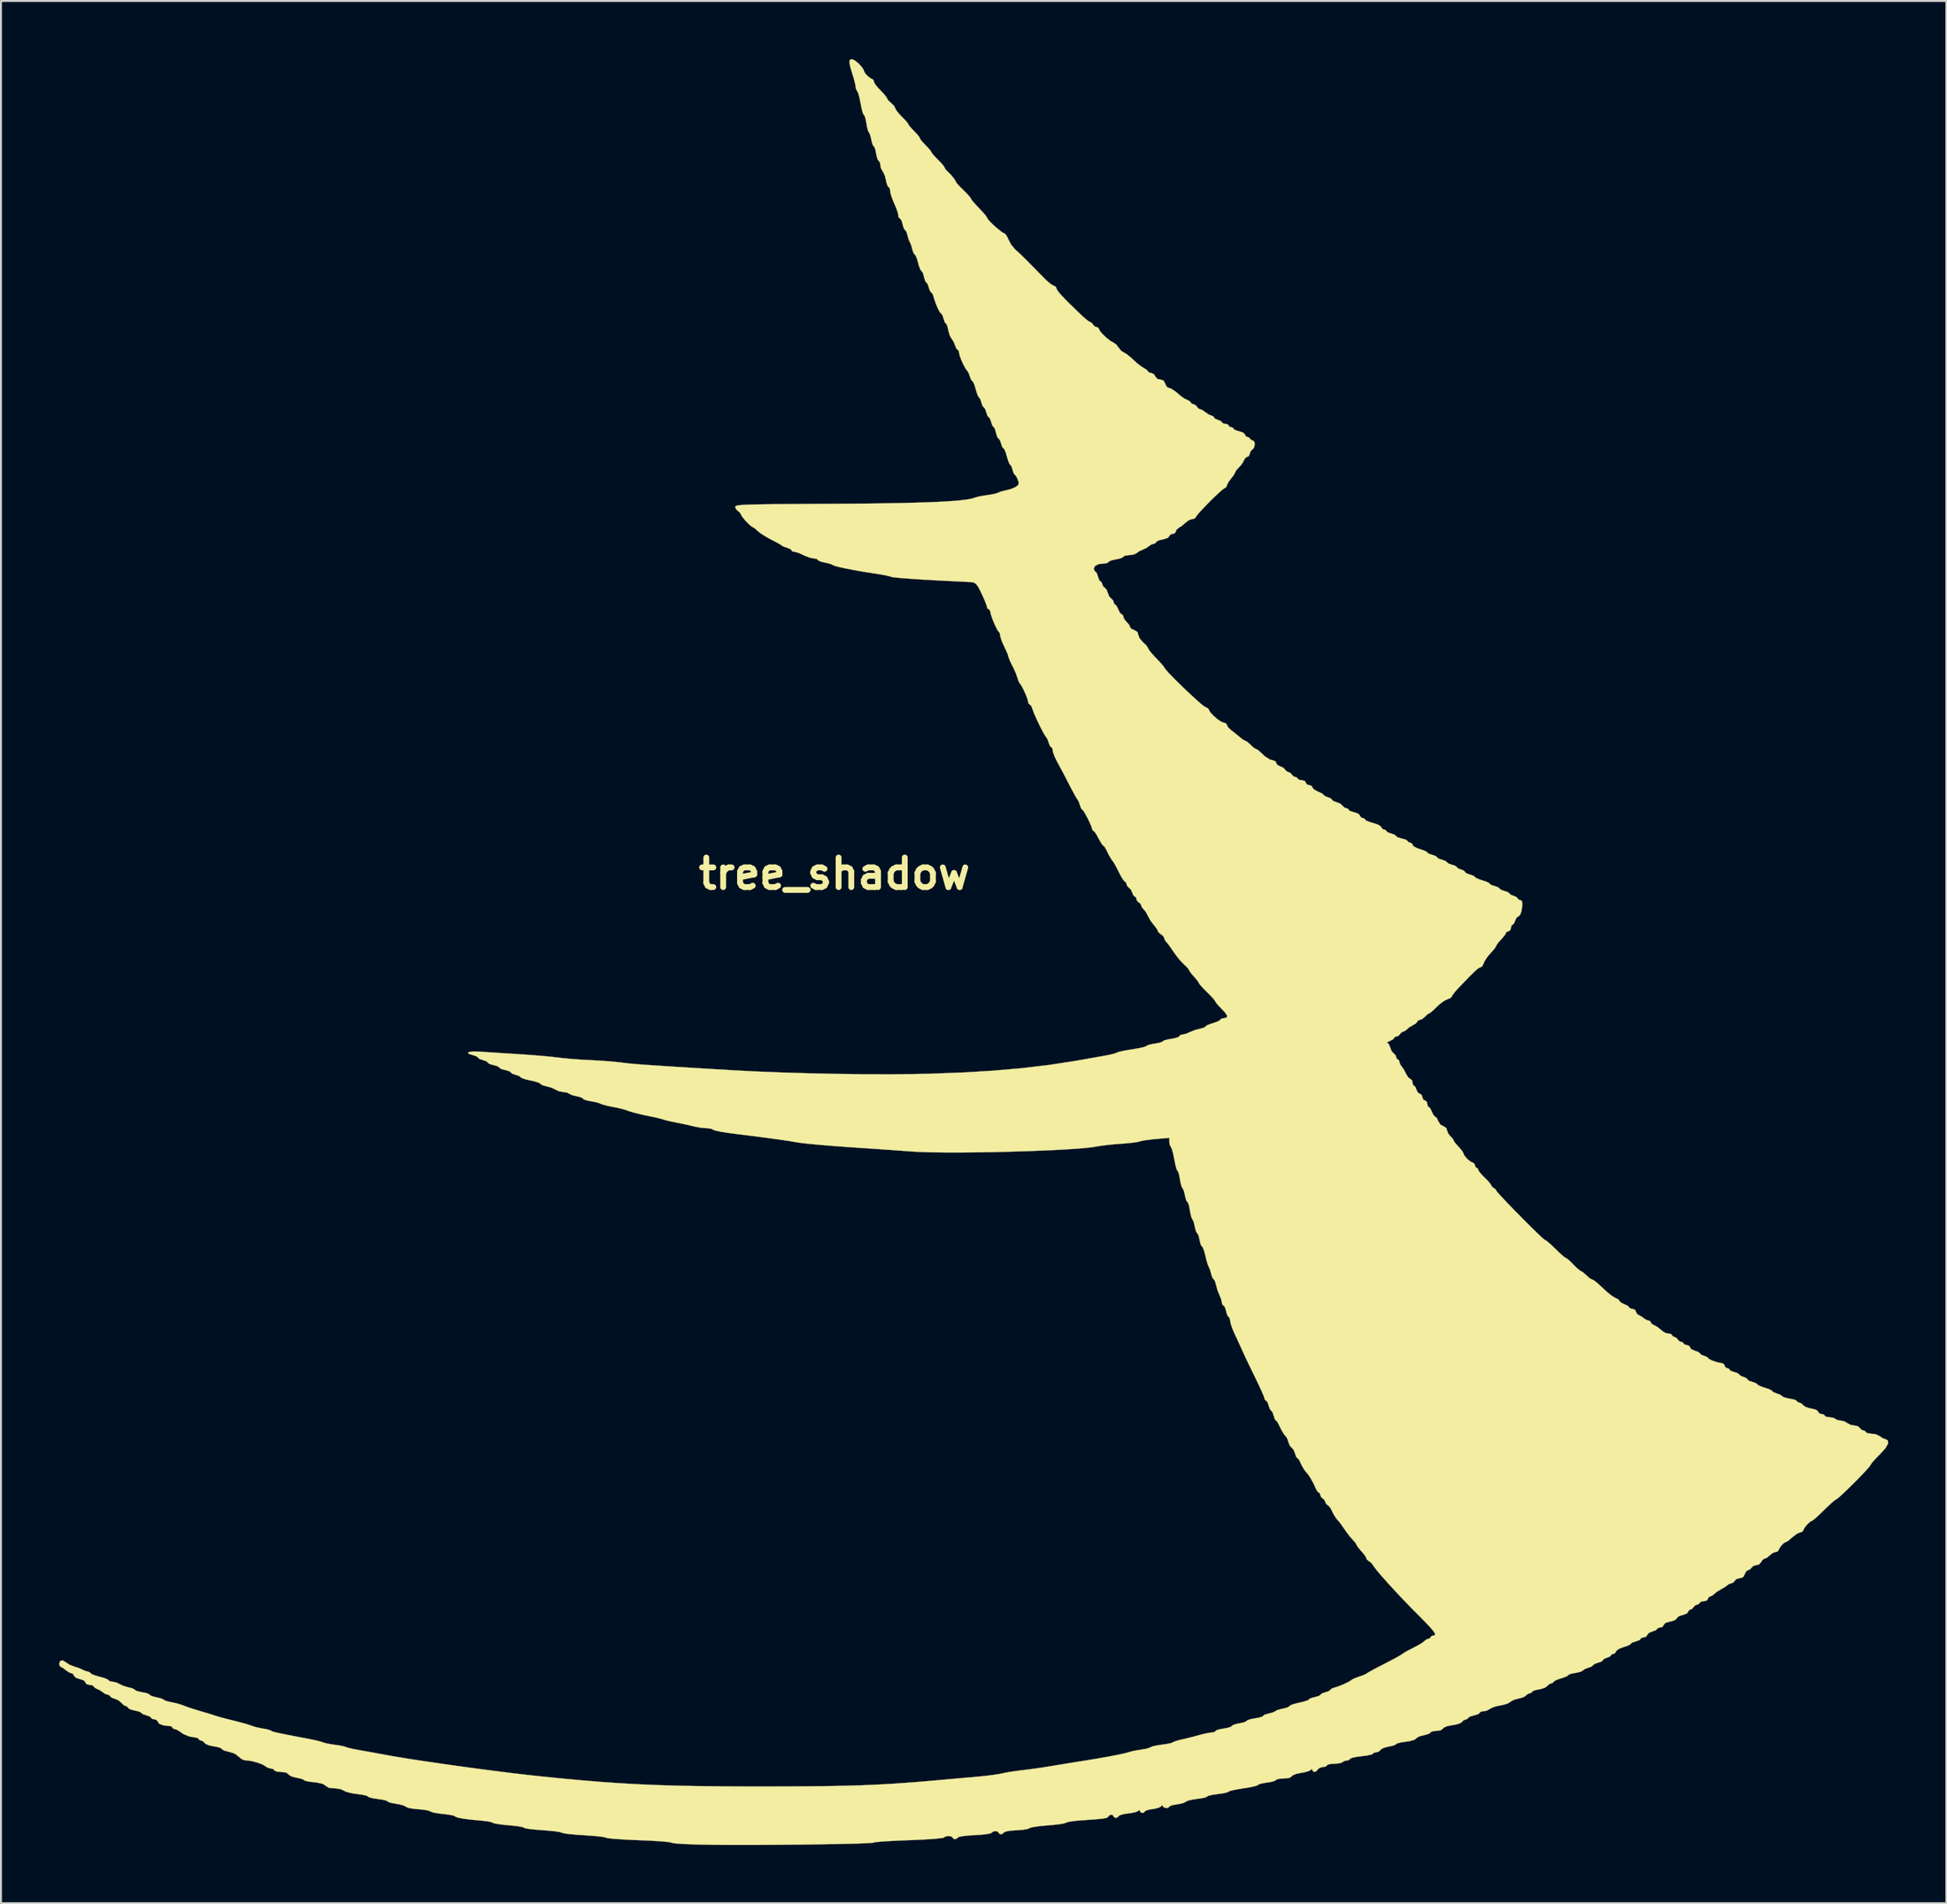
<source format=kicad_pcb>
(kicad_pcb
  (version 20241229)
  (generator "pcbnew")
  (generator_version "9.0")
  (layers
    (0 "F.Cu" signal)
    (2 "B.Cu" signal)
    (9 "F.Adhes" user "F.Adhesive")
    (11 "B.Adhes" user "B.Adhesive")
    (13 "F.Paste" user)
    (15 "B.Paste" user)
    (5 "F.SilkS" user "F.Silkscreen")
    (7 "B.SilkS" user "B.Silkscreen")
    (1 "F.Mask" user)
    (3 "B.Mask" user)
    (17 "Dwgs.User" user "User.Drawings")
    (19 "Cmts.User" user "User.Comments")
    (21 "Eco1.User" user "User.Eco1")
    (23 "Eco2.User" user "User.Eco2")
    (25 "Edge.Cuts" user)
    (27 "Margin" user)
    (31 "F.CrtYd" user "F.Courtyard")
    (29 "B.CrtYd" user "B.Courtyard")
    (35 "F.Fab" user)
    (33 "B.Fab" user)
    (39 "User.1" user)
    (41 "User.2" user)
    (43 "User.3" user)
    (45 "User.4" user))
  (footprint "tree_shadow"
    (layer "F.Cu")
    (at 39.968 42)
    (property "Reference" "tree_shadow" (at 0 0 0) (layer "F.SilkS") (effects (font (size 1.524 1.524) (thickness 0.3))))
    (attr through_hole)
    (fp_poly (pts (xy 1.052 -41.934) (xy 1.234 -41.787) (xy 1.405 -41.607) (xy 1.511 -41.445) (xy 1.524 -41.393) (xy 1.584 -41.273) (xy 1.721 -41.123) (xy 1.872 -41.007) (xy 1.947 -40.979) (xy 2.022 -40.91) (xy 2.032 -40.852) (xy 2.089 -40.726) (xy 2.236 -40.537) (xy 2.371 -40.396) (xy 2.557 -40.201) (xy 2.68 -40.046) (xy 2.709 -39.984) (xy 2.771 -39.88) (xy 2.919 -39.744) (xy 2.921 -39.743) (xy 3.07 -39.599) (xy 3.133 -39.477) (xy 3.133 -39.477) (xy 3.19 -39.362) (xy 3.336 -39.182) (xy 3.471 -39.041) (xy 3.657 -38.85) (xy 3.781 -38.703) (xy 3.81 -38.648) (xy 3.866 -38.556) (xy 4.008 -38.394) (xy 4.106 -38.295) (xy 4.279 -38.113) (xy 4.386 -37.972) (xy 4.403 -37.931) (xy 4.459 -37.832) (xy 4.601 -37.665) (xy 4.699 -37.566) (xy 4.872 -37.386) (xy 4.978 -37.252) (xy 4.995 -37.214) (xy 5.051 -37.124) (xy 5.196 -36.96) (xy 5.334 -36.82) (xy 5.52 -36.629) (xy 5.643 -36.481) (xy 5.673 -36.426) (xy 5.729 -36.323) (xy 5.821 -36.226) (xy 5.998 -36.048) (xy 6.155 -35.859) (xy 6.252 -35.712) (xy 6.265 -35.672) (xy 6.322 -35.588) (xy 6.469 -35.427) (xy 6.646 -35.251) (xy 6.845 -35.052) (xy 6.983 -34.899) (xy 7.027 -34.833) (xy 7.065 -34.758) (xy 7.188 -34.607) (xy 7.409 -34.366) (xy 7.641 -34.122) (xy 7.789 -33.953) (xy 7.869 -33.833) (xy 7.874 -33.816) (xy 7.934 -33.72) (xy 8.086 -33.558) (xy 8.287 -33.369) (xy 8.495 -33.192) (xy 8.668 -33.063) (xy 8.758 -33.02) (xy 8.846 -32.948) (xy 8.945 -32.769) (xy 8.97 -32.705) (xy 9.116 -32.432) (xy 9.317 -32.192) (xy 9.334 -32.176) (xy 9.617 -31.918) (xy 9.996 -31.546) (xy 10.457 -31.074) (xy 10.555 -30.972) (xy 10.903 -30.622) (xy 11.154 -30.404) (xy 11.313 -30.314) (xy 11.336 -30.311) (xy 11.426 -30.252) (xy 11.43 -30.227) (xy 11.482 -30.098) (xy 11.645 -29.89) (xy 11.926 -29.59) (xy 12.083 -29.434) (xy 12.477 -29.05) (xy 12.768 -28.773) (xy 12.972 -28.59) (xy 13.104 -28.487) (xy 13.181 -28.449) (xy 13.19 -28.448) (xy 13.291 -28.38) (xy 13.323 -28.321) (xy 13.436 -28.208) (xy 13.502 -28.194) (xy 13.616 -28.145) (xy 13.631 -28.102) (xy 13.692 -27.982) (xy 13.845 -27.807) (xy 14.042 -27.622) (xy 14.239 -27.468) (xy 14.373 -27.396) (xy 14.534 -27.285) (xy 14.647 -27.136) (xy 14.788 -26.96) (xy 14.923 -26.875) (xy 15.077 -26.786) (xy 15.284 -26.619) (xy 15.396 -26.513) (xy 15.627 -26.304) (xy 15.854 -26.134) (xy 15.938 -26.083) (xy 16.102 -25.979) (xy 16.171 -25.895) (xy 16.171 -25.894) (xy 16.242 -25.835) (xy 16.331 -25.823) (xy 16.48 -25.752) (xy 16.535 -25.654) (xy 16.647 -25.512) (xy 16.789 -25.485) (xy 16.97 -25.432) (xy 17.053 -25.273) (xy 17.129 -25.114) (xy 17.214 -25.061) (xy 17.378 -25.001) (xy 17.619 -24.837) (xy 17.866 -24.625) (xy 18.064 -24.488) (xy 18.195 -24.429) (xy 18.336 -24.353) (xy 18.373 -24.294) (xy 18.442 -24.224) (xy 18.502 -24.215) (xy 18.644 -24.146) (xy 18.681 -24.088) (xy 18.78 -23.975) (xy 18.834 -23.961) (xy 18.969 -23.909) (xy 19.135 -23.791) (xy 19.31 -23.67) (xy 19.444 -23.622) (xy 19.548 -23.573) (xy 19.558 -23.539) (xy 19.63 -23.459) (xy 19.77 -23.403) (xy 19.928 -23.337) (xy 19.981 -23.274) (xy 20.052 -23.213) (xy 20.151 -23.199) (xy 20.288 -23.163) (xy 20.32 -23.114) (xy 20.389 -23.039) (xy 20.447 -23.029) (xy 20.56 -22.986) (xy 20.574 -22.949) (xy 20.648 -22.881) (xy 20.83 -22.82) (xy 20.87 -22.812) (xy 21.073 -22.744) (xy 21.165 -22.65) (xy 21.167 -22.639) (xy 21.235 -22.535) (xy 21.294 -22.521) (xy 21.406 -22.476) (xy 21.421 -22.437) (xy 21.489 -22.362) (xy 21.548 -22.352) (xy 21.65 -22.278) (xy 21.675 -22.138) (xy 21.63 -21.957) (xy 21.548 -21.875) (xy 21.441 -21.759) (xy 21.421 -21.666) (xy 21.368 -21.533) (xy 21.299 -21.505) (xy 21.181 -21.434) (xy 21.12 -21.323) (xy 21.016 -21.134) (xy 20.86 -20.953) (xy 20.721 -20.803) (xy 20.659 -20.695) (xy 20.659 -20.691) (xy 20.608 -20.584) (xy 20.482 -20.412) (xy 20.447 -20.37) (xy 20.309 -20.182) (xy 20.238 -20.031) (xy 20.235 -20.01) (xy 20.181 -19.907) (xy 20.144 -19.897) (xy 20.05 -19.839) (xy 19.87 -19.686) (xy 19.635 -19.465) (xy 19.372 -19.208) (xy 19.111 -18.942) (xy 18.881 -18.697) (xy 18.711 -18.501) (xy 18.63 -18.385) (xy 18.627 -18.373) (xy 18.556 -18.304) (xy 18.453 -18.288) (xy 18.274 -18.229) (xy 18.093 -18.091) (xy 17.914 -17.933) (xy 17.759 -17.84) (xy 17.633 -17.733) (xy 17.611 -17.656) (xy 17.54 -17.549) (xy 17.441 -17.526) (xy 17.304 -17.478) (xy 17.272 -17.41) (xy 17.194 -17.318) (xy 16.983 -17.248) (xy 16.933 -17.239) (xy 16.722 -17.187) (xy 16.604 -17.122) (xy 16.595 -17.102) (xy 16.527 -17.026) (xy 16.474 -17.018) (xy 16.315 -16.962) (xy 16.237 -16.902) (xy 16.065 -16.785) (xy 15.917 -16.722) (xy 15.71 -16.625) (xy 15.598 -16.541) (xy 15.437 -16.461) (xy 15.205 -16.425) (xy 15.192 -16.425) (xy 14.998 -16.405) (xy 14.903 -16.355) (xy 14.901 -16.346) (xy 14.826 -16.287) (xy 14.635 -16.23) (xy 14.52 -16.209) (xy 14.294 -16.16) (xy 14.157 -16.102) (xy 14.139 -16.077) (xy 14.067 -16.018) (xy 13.949 -16.001) (xy 13.625 -15.964) (xy 13.429 -15.862) (xy 13.377 -15.738) (xy 13.412 -15.606) (xy 13.455 -15.579) (xy 13.526 -15.506) (xy 13.588 -15.33) (xy 13.589 -15.325) (xy 13.65 -15.147) (xy 13.721 -15.071) (xy 13.723 -15.071) (xy 13.792 -15.002) (xy 13.801 -14.941) (xy 13.869 -14.798) (xy 13.922 -14.765) (xy 14.028 -14.654) (xy 14.097 -14.478) (xy 14.174 -14.288) (xy 14.272 -14.191) (xy 14.381 -14.077) (xy 14.393 -14.015) (xy 14.434 -13.901) (xy 14.47 -13.885) (xy 14.547 -13.814) (xy 14.631 -13.642) (xy 14.635 -13.631) (xy 14.721 -13.455) (xy 14.809 -13.378) (xy 14.812 -13.377) (xy 14.891 -13.309) (xy 14.901 -13.25) (xy 14.961 -13.101) (xy 15.071 -12.977) (xy 15.199 -12.83) (xy 15.24 -12.725) (xy 15.312 -12.627) (xy 15.452 -12.565) (xy 15.625 -12.464) (xy 15.663 -12.327) (xy 15.726 -12.153) (xy 15.879 -11.965) (xy 15.914 -11.934) (xy 16.077 -11.777) (xy 16.164 -11.651) (xy 16.168 -11.632) (xy 16.225 -11.529) (xy 16.373 -11.346) (xy 16.581 -11.122) (xy 16.595 -11.108) (xy 16.803 -10.888) (xy 16.954 -10.715) (xy 17.018 -10.623) (xy 17.018 -10.62) (xy 17.077 -10.531) (xy 17.236 -10.353) (xy 17.471 -10.109) (xy 17.757 -9.824) (xy 18.068 -9.522) (xy 18.38 -9.228) (xy 18.667 -8.964) (xy 18.905 -8.756) (xy 19.068 -8.628) (xy 19.118 -8.599) (xy 19.263 -8.524) (xy 19.304 -8.464) (xy 19.367 -8.338) (xy 19.524 -8.165) (xy 19.726 -7.987) (xy 19.923 -7.847) (xy 20.067 -7.789) (xy 20.069 -7.789) (xy 20.205 -7.741) (xy 20.235 -7.674) (xy 20.299 -7.549) (xy 20.451 -7.404) (xy 20.458 -7.399) (xy 20.691 -7.22) (xy 20.894 -7.048) (xy 21.06 -6.918) (xy 21.177 -6.858) (xy 21.183 -6.858) (xy 21.287 -6.801) (xy 21.44 -6.663) (xy 21.456 -6.646) (xy 21.61 -6.503) (xy 21.722 -6.435) (xy 21.729 -6.435) (xy 21.841 -6.378) (xy 21.943 -6.287) (xy 22.203 -6.046) (xy 22.454 -5.888) (xy 22.623 -5.842) (xy 22.751 -5.785) (xy 22.775 -5.717) (xy 22.847 -5.603) (xy 22.981 -5.54) (xy 23.156 -5.456) (xy 23.232 -5.369) (xy 23.342 -5.261) (xy 23.399 -5.249) (xy 23.532 -5.181) (xy 23.568 -5.122) (xy 23.681 -5.01) (xy 23.746 -4.995) (xy 23.861 -4.95) (xy 23.876 -4.911) (xy 23.948 -4.847) (xy 24.088 -4.826) (xy 24.258 -4.782) (xy 24.299 -4.699) (xy 24.37 -4.596) (xy 24.469 -4.572) (xy 24.606 -4.526) (xy 24.638 -4.461) (xy 24.709 -4.361) (xy 24.886 -4.254) (xy 24.934 -4.233) (xy 25.126 -4.144) (xy 25.226 -4.069) (xy 25.231 -4.057) (xy 25.302 -3.995) (xy 25.442 -3.945) (xy 25.601 -3.879) (xy 25.654 -3.815) (xy 25.727 -3.745) (xy 25.901 -3.685) (xy 26.093 -3.608) (xy 26.195 -3.508) (xy 26.309 -3.399) (xy 26.371 -3.387) (xy 26.485 -3.344) (xy 26.501 -3.306) (xy 26.575 -3.239) (xy 26.757 -3.178) (xy 26.797 -3.169) (xy 27 -3.101) (xy 27.092 -3.008) (xy 27.093 -2.996) (xy 27.161 -2.892) (xy 27.22 -2.879) (xy 27.333 -2.837) (xy 27.347 -2.802) (xy 27.422 -2.739) (xy 27.613 -2.662) (xy 27.771 -2.616) (xy 28.015 -2.534) (xy 28.167 -2.444) (xy 28.194 -2.397) (xy 28.262 -2.299) (xy 28.321 -2.286) (xy 28.434 -2.244) (xy 28.448 -2.208) (xy 28.521 -2.137) (xy 28.697 -2.075) (xy 28.702 -2.074) (xy 28.88 -2.014) (xy 28.956 -1.946) (xy 28.956 -1.944) (xy 29.03 -1.882) (xy 29.212 -1.823) (xy 29.252 -1.815) (xy 29.448 -1.759) (xy 29.546 -1.695) (xy 29.549 -1.684) (xy 29.617 -1.617) (xy 29.676 -1.609) (xy 29.788 -1.547) (xy 29.803 -1.493) (xy 29.878 -1.402) (xy 30.071 -1.307) (xy 30.184 -1.27) (xy 30.408 -1.194) (xy 30.545 -1.123) (xy 30.565 -1.096) (xy 30.638 -1.034) (xy 30.813 -0.975) (xy 30.819 -0.974) (xy 30.996 -0.914) (xy 31.073 -0.848) (xy 31.073 -0.847) (xy 31.146 -0.781) (xy 31.322 -0.721) (xy 31.327 -0.72) (xy 31.504 -0.66) (xy 31.581 -0.594) (xy 31.581 -0.593) (xy 31.654 -0.527) (xy 31.83 -0.467) (xy 31.835 -0.466) (xy 32.012 -0.407) (xy 32.089 -0.343) (xy 32.089 -0.341) (xy 32.16 -0.272) (xy 32.3 -0.219) (xy 32.459 -0.154) (xy 32.512 -0.09) (xy 32.585 -0.02) (xy 32.761 0.041) (xy 32.766 0.042) (xy 32.944 0.101) (xy 33.02 0.164) (xy 33.02 0.165) (xy 33.094 0.225) (xy 33.281 0.302) (xy 33.401 0.339) (xy 33.626 0.415) (xy 33.763 0.486) (xy 33.782 0.512) (xy 33.855 0.575) (xy 34.031 0.634) (xy 34.036 0.635) (xy 34.214 0.694) (xy 34.29 0.761) (xy 34.29 0.762) (xy 34.363 0.828) (xy 34.539 0.888) (xy 34.544 0.889) (xy 34.722 0.948) (xy 34.798 1.012) (xy 34.798 1.014) (xy 34.87 1.083) (xy 35.01 1.135) (xy 35.168 1.203) (xy 35.221 1.272) (xy 35.29 1.345) (xy 35.348 1.355) (xy 35.445 1.408) (xy 35.472 1.58) (xy 35.432 1.889) (xy 35.422 1.937) (xy 35.356 2.119) (xy 35.267 2.201) (xy 35.262 2.201) (xy 35.164 2.273) (xy 35.102 2.413) (xy 35.034 2.572) (xy 34.966 2.625) (xy 34.898 2.696) (xy 34.883 2.794) (xy 34.83 2.932) (xy 34.756 2.963) (xy 34.643 3.008) (xy 34.629 3.045) (xy 34.574 3.151) (xy 34.437 3.32) (xy 34.375 3.387) (xy 34.218 3.563) (xy 34.129 3.694) (xy 34.121 3.721) (xy 34.066 3.82) (xy 33.927 3.99) (xy 33.826 4.099) (xy 33.64 4.322) (xy 33.508 4.537) (xy 33.478 4.614) (xy 33.4 4.773) (xy 33.314 4.826) (xy 33.251 4.844) (xy 33.155 4.91) (xy 33.01 5.039) (xy 32.798 5.246) (xy 32.504 5.548) (xy 32.152 5.915) (xy 31.975 6.115) (xy 31.86 6.273) (xy 31.835 6.332) (xy 31.762 6.412) (xy 31.608 6.473) (xy 31.42 6.566) (xy 31.188 6.741) (xy 31.058 6.863) (xy 30.867 7.048) (xy 30.721 7.169) (xy 30.668 7.197) (xy 30.569 7.254) (xy 30.457 7.366) (xy 30.302 7.495) (xy 30.184 7.535) (xy 30.071 7.582) (xy 30.057 7.622) (xy 29.987 7.714) (xy 29.824 7.811) (xy 29.633 7.919) (xy 29.523 8.02) (xy 29.394 8.119) (xy 29.342 8.128) (xy 29.215 8.196) (xy 29.179 8.255) (xy 29.066 8.368) (xy 29.001 8.382) (xy 28.887 8.423) (xy 28.871 8.46) (xy 28.801 8.541) (xy 28.639 8.622) (xy 28.506 8.683) (xy 28.5 8.713) (xy 28.505 8.714) (xy 28.591 8.792) (xy 28.658 8.968) (xy 28.735 9.16) (xy 28.834 9.261) (xy 28.944 9.376) (xy 28.956 9.438) (xy 29.001 9.552) (xy 29.041 9.567) (xy 29.117 9.635) (xy 29.125 9.688) (xy 29.181 9.849) (xy 29.236 9.921) (xy 29.346 10.074) (xy 29.462 10.293) (xy 29.469 10.308) (xy 29.577 10.491) (xy 29.683 10.581) (xy 29.696 10.583) (xy 29.783 10.654) (xy 29.803 10.753) (xy 29.834 10.89) (xy 29.878 10.922) (xy 29.953 10.994) (xy 30.007 11.134) (xy 30.089 11.293) (xy 30.185 11.345) (xy 30.287 11.416) (xy 30.311 11.515) (xy 30.364 11.653) (xy 30.438 11.684) (xy 30.541 11.755) (xy 30.565 11.853) (xy 30.597 11.991) (xy 30.641 12.023) (xy 30.719 12.094) (xy 30.802 12.266) (xy 30.806 12.277) (xy 30.892 12.453) (xy 30.978 12.53) (xy 30.982 12.531) (xy 31.065 12.603) (xy 31.123 12.743) (xy 31.247 12.94) (xy 31.378 13.006) (xy 31.544 13.108) (xy 31.581 13.218) (xy 31.642 13.393) (xy 31.75 13.524) (xy 31.877 13.658) (xy 31.919 13.741) (xy 31.974 13.841) (xy 32.112 14.004) (xy 32.173 14.068) (xy 32.332 14.248) (xy 32.421 14.391) (xy 32.429 14.421) (xy 32.492 14.551) (xy 32.637 14.714) (xy 32.804 14.85) (xy 32.926 14.901) (xy 33.009 14.97) (xy 33.02 15.028) (xy 33.066 15.141) (xy 33.105 15.155) (xy 33.184 15.222) (xy 33.189 15.256) (xy 33.247 15.366) (xy 33.396 15.541) (xy 33.528 15.673) (xy 33.716 15.862) (xy 33.839 16.013) (xy 33.867 16.071) (xy 33.934 16.17) (xy 33.994 16.202) (xy 34.106 16.29) (xy 34.121 16.334) (xy 34.178 16.414) (xy 34.334 16.589) (xy 34.567 16.839) (xy 34.857 17.142) (xy 35.181 17.475) (xy 35.518 17.816) (xy 35.845 18.144) (xy 36.142 18.436) (xy 36.387 18.671) (xy 36.557 18.827) (xy 36.631 18.881) (xy 36.734 18.942) (xy 36.944 19.123) (xy 37.252 19.417) (xy 37.374 19.537) (xy 37.553 19.701) (xy 37.684 19.799) (xy 37.716 19.812) (xy 37.806 19.869) (xy 37.967 20.015) (xy 38.1 20.151) (xy 38.289 20.338) (xy 38.437 20.462) (xy 38.492 20.491) (xy 38.595 20.548) (xy 38.748 20.685) (xy 38.765 20.702) (xy 38.922 20.845) (xy 39.038 20.912) (xy 39.046 20.913) (xy 39.157 20.965) (xy 39.324 21.095) (xy 39.354 21.122) (xy 39.571 21.321) (xy 39.813 21.544) (xy 39.853 21.58) (xy 40.063 21.75) (xy 40.254 21.868) (xy 40.297 21.885) (xy 40.436 21.963) (xy 40.471 22.023) (xy 40.542 22.106) (xy 40.715 22.192) (xy 40.725 22.195) (xy 40.901 22.278) (xy 40.978 22.357) (xy 40.979 22.36) (xy 41.05 22.422) (xy 41.148 22.437) (xy 41.287 22.491) (xy 41.317 22.566) (xy 41.387 22.702) (xy 41.465 22.752) (xy 41.658 22.862) (xy 41.726 22.919) (xy 41.883 23.015) (xy 41.958 23.029) (xy 42.067 23.078) (xy 42.079 23.117) (xy 42.148 23.216) (xy 42.227 23.26) (xy 42.413 23.357) (xy 42.479 23.406) (xy 42.693 23.584) (xy 42.836 23.675) (xy 42.956 23.705) (xy 43.007 23.707) (xy 43.147 23.741) (xy 43.18 23.791) (xy 43.248 23.868) (xy 43.298 23.876) (xy 43.429 23.944) (xy 43.465 24.003) (xy 43.578 24.116) (xy 43.643 24.13) (xy 43.757 24.175) (xy 43.773 24.215) (xy 43.844 24.283) (xy 43.942 24.299) (xy 44.079 24.349) (xy 44.111 24.42) (xy 44.185 24.52) (xy 44.361 24.595) (xy 44.365 24.596) (xy 44.543 24.657) (xy 44.619 24.726) (xy 44.619 24.728) (xy 44.691 24.803) (xy 44.831 24.857) (xy 44.989 24.917) (xy 45.043 24.969) (xy 45.115 25.034) (xy 45.29 25.115) (xy 45.506 25.187) (xy 45.701 25.228) (xy 45.747 25.231) (xy 45.869 25.292) (xy 45.889 25.358) (xy 45.957 25.47) (xy 46.016 25.485) (xy 46.129 25.527) (xy 46.143 25.563) (xy 46.216 25.633) (xy 46.392 25.695) (xy 46.397 25.696) (xy 46.575 25.755) (xy 46.651 25.819) (xy 46.651 25.821) (xy 46.723 25.89) (xy 46.863 25.943) (xy 47.022 26.008) (xy 47.075 26.072) (xy 47.148 26.142) (xy 47.324 26.203) (xy 47.329 26.204) (xy 47.506 26.263) (xy 47.583 26.326) (xy 47.583 26.327) (xy 47.656 26.387) (xy 47.844 26.464) (xy 47.964 26.501) (xy 48.188 26.576) (xy 48.325 26.646) (xy 48.345 26.672) (xy 48.417 26.737) (xy 48.577 26.795) (xy 48.765 26.865) (xy 48.861 26.937) (xy 48.971 27) (xy 49.183 27.056) (xy 49.264 27.069) (xy 49.48 27.113) (xy 49.604 27.169) (xy 49.615 27.189) (xy 49.683 27.255) (xy 49.737 27.263) (xy 49.88 27.329) (xy 49.935 27.396) (xy 50.06 27.49) (xy 50.283 27.563) (xy 50.362 27.576) (xy 50.605 27.635) (xy 50.713 27.722) (xy 50.715 27.739) (xy 50.786 27.833) (xy 50.885 27.855) (xy 51.022 27.891) (xy 51.054 27.94) (xy 51.127 28) (xy 51.303 28.025) (xy 51.499 28.051) (xy 51.604 28.109) (xy 51.721 28.174) (xy 51.869 28.194) (xy 52.086 28.243) (xy 52.209 28.321) (xy 52.386 28.416) (xy 52.575 28.448) (xy 52.769 28.489) (xy 52.863 28.575) (xy 52.976 28.688) (xy 53.041 28.702) (xy 53.155 28.747) (xy 53.171 28.787) (xy 53.245 28.843) (xy 53.427 28.871) (xy 53.461 28.871) (xy 53.694 28.904) (xy 53.863 28.984) (xy 53.869 28.989) (xy 54.054 29.107) (xy 54.149 29.138) (xy 54.313 29.222) (xy 54.326 29.383) (xy 54.19 29.62) (xy 53.903 29.935) (xy 53.898 29.94) (xy 53.674 30.168) (xy 53.507 30.356) (xy 53.428 30.469) (xy 53.425 30.481) (xy 53.368 30.566) (xy 53.214 30.742) (xy 52.99 30.981) (xy 52.722 31.256) (xy 52.437 31.542) (xy 52.161 31.812) (xy 51.92 32.039) (xy 51.742 32.196) (xy 51.652 32.258) (xy 51.651 32.258) (xy 51.563 32.314) (xy 51.388 32.464) (xy 51.156 32.682) (xy 51.027 32.808) (xy 50.778 33.05) (xy 50.57 33.238) (xy 50.435 33.345) (xy 50.404 33.36) (xy 50.292 33.423) (xy 50.142 33.567) (xy 50.011 33.731) (xy 49.953 33.856) (xy 49.953 33.857) (xy 49.885 33.941) (xy 49.827 33.951) (xy 49.638 34.022) (xy 49.36 34.235) (xy 49.23 34.353) (xy 49.099 34.445) (xy 49.047 34.459) (xy 48.937 34.522) (xy 48.803 34.664) (xy 48.703 34.817) (xy 48.683 34.884) (xy 48.613 34.954) (xy 48.533 34.967) (xy 48.366 35.028) (xy 48.237 35.137) (xy 48.084 35.265) (xy 47.97 35.306) (xy 47.849 35.377) (xy 47.794 35.475) (xy 47.67 35.618) (xy 47.544 35.645) (xy 47.37 35.693) (xy 47.298 35.772) (xy 47.186 35.884) (xy 47.121 35.899) (xy 47.007 35.971) (xy 46.94 36.11) (xy 46.844 36.28) (xy 46.682 36.322) (xy 46.505 36.369) (xy 46.428 36.449) (xy 46.325 36.561) (xy 46.267 36.576) (xy 46.113 36.63) (xy 46.044 36.682) (xy 45.89 36.794) (xy 45.678 36.914) (xy 45.678 36.915) (xy 45.482 37.033) (xy 45.358 37.144) (xy 45.356 37.147) (xy 45.22 37.245) (xy 45.165 37.253) (xy 45.057 37.321) (xy 45.043 37.38) (xy 44.969 37.482) (xy 44.831 37.507) (xy 44.672 37.536) (xy 44.619 37.592) (xy 44.551 37.667) (xy 44.49 37.677) (xy 44.348 37.745) (xy 44.311 37.804) (xy 44.205 37.916) (xy 44.145 37.931) (xy 44.038 37.998) (xy 44.027 38.048) (xy 43.951 38.143) (xy 43.759 38.216) (xy 43.73 38.221) (xy 43.535 38.286) (xy 43.437 38.374) (xy 43.434 38.389) (xy 43.357 38.476) (xy 43.156 38.545) (xy 43.095 38.556) (xy 42.85 38.625) (xy 42.757 38.728) (xy 42.757 38.736) (xy 42.686 38.838) (xy 42.587 38.862) (xy 42.45 38.895) (xy 42.418 38.94) (xy 42.345 39.011) (xy 42.169 39.073) (xy 42.164 39.074) (xy 41.986 39.147) (xy 41.91 39.248) (xy 41.91 39.25) (xy 41.839 39.347) (xy 41.741 39.37) (xy 41.603 39.403) (xy 41.571 39.448) (xy 41.498 39.519) (xy 41.322 39.581) (xy 41.317 39.582) (xy 41.14 39.64) (xy 41.063 39.703) (xy 41.063 39.704) (xy 40.99 39.765) (xy 40.802 39.841) (xy 40.682 39.878) (xy 40.452 39.965) (xy 40.318 40.062) (xy 40.301 40.101) (xy 40.233 40.203) (xy 40.174 40.217) (xy 40.062 40.258) (xy 40.047 40.292) (xy 39.976 40.367) (xy 39.836 40.421) (xy 39.677 40.486) (xy 39.624 40.55) (xy 39.551 40.62) (xy 39.375 40.681) (xy 39.37 40.682) (xy 39.192 40.741) (xy 39.116 40.805) (xy 39.116 40.807) (xy 39.044 40.875) (xy 38.884 40.934) (xy 38.696 41.004) (xy 38.6 41.076) (xy 38.49 41.14) (xy 38.278 41.195) (xy 38.197 41.208) (xy 37.981 41.25) (xy 37.857 41.3) (xy 37.846 41.317) (xy 37.772 41.375) (xy 37.585 41.45) (xy 37.465 41.487) (xy 37.24 41.564) (xy 37.103 41.638) (xy 37.084 41.667) (xy 37.016 41.733) (xy 36.961 41.741) (xy 36.818 41.807) (xy 36.764 41.874) (xy 36.638 41.968) (xy 36.416 42.041) (xy 36.336 42.054) (xy 36.119 42.099) (xy 35.995 42.155) (xy 35.983 42.175) (xy 35.915 42.241) (xy 35.861 42.249) (xy 35.711 42.314) (xy 35.67 42.363) (xy 35.548 42.449) (xy 35.332 42.518) (xy 35.276 42.528) (xy 35.039 42.592) (xy 34.871 42.682) (xy 34.852 42.701) (xy 34.716 42.784) (xy 34.478 42.857) (xy 34.34 42.882) (xy 34.072 42.94) (xy 33.863 43.02) (xy 33.805 43.06) (xy 33.628 43.156) (xy 33.48 43.18) (xy 33.323 43.208) (xy 33.274 43.261) (xy 33.2 43.328) (xy 33.018 43.389) (xy 32.978 43.397) (xy 32.782 43.453) (xy 32.684 43.517) (xy 32.681 43.528) (xy 32.612 43.595) (xy 32.552 43.603) (xy 32.41 43.67) (xy 32.377 43.721) (xy 32.268 43.802) (xy 32.035 43.871) (xy 31.878 43.896) (xy 31.588 43.954) (xy 31.411 44.034) (xy 31.379 44.074) (xy 31.261 44.164) (xy 31.033 44.196) (xy 30.836 44.217) (xy 30.737 44.268) (xy 30.734 44.28) (xy 30.659 44.343) (xy 30.471 44.403) (xy 30.388 44.419) (xy 30.162 44.478) (xy 30.017 44.56) (xy 29.999 44.586) (xy 29.894 44.659) (xy 29.662 44.723) (xy 29.456 44.754) (xy 29.191 44.794) (xy 29.01 44.842) (xy 28.956 44.879) (xy 28.881 44.931) (xy 28.69 44.984) (xy 28.581 45.004) (xy 28.344 45.062) (xy 28.187 45.144) (xy 28.16 45.178) (xy 28.048 45.276) (xy 27.943 45.297) (xy 27.804 45.327) (xy 27.771 45.37) (xy 27.693 45.414) (xy 27.49 45.461) (xy 27.203 45.5) (xy 27.178 45.503) (xy 26.886 45.542) (xy 26.675 45.59) (xy 26.586 45.637) (xy 26.585 45.64) (xy 26.515 45.706) (xy 26.421 45.72) (xy 26.259 45.759) (xy 26.204 45.805) (xy 26.095 45.856) (xy 25.88 45.886) (xy 25.776 45.889) (xy 25.551 45.906) (xy 25.416 45.949) (xy 25.4 45.974) (xy 25.327 46.037) (xy 25.186 46.059) (xy 25.005 46.104) (xy 24.923 46.186) (xy 24.828 46.29) (xy 24.708 46.305) (xy 24.638 46.226) (xy 24.637 46.207) (xy 24.616 46.147) (xy 24.572 46.201) (xy 24.457 46.269) (xy 24.233 46.332) (xy 24.07 46.36) (xy 23.804 46.415) (xy 23.628 46.491) (xy 23.587 46.535) (xy 23.468 46.618) (xy 23.201 46.651) (xy 23.159 46.651) (xy 22.931 46.666) (xy 22.793 46.704) (xy 22.775 46.726) (xy 22.699 46.777) (xy 22.502 46.829) (xy 22.31 46.859) (xy 22.055 46.902) (xy 21.886 46.951) (xy 21.844 46.984) (xy 21.766 47.024) (xy 21.558 47.077) (xy 21.256 47.133) (xy 21.082 47.159) (xy 20.748 47.214) (xy 20.488 47.268) (xy 20.34 47.314) (xy 20.32 47.331) (xy 20.243 47.371) (xy 20.041 47.415) (xy 19.77 47.453) (xy 19.49 47.492) (xy 19.292 47.538) (xy 19.219 47.578) (xy 19.142 47.622) (xy 18.942 47.669) (xy 18.691 47.705) (xy 18.407 47.749) (xy 18.195 47.805) (xy 18.109 47.852) (xy 17.999 47.913) (xy 17.782 47.967) (xy 17.663 47.984) (xy 17.433 48.024) (xy 17.292 48.076) (xy 17.272 48.102) (xy 17.201 48.162) (xy 17.103 48.175) (xy 16.965 48.131) (xy 16.932 48.069) (xy 16.911 48.013) (xy 16.859 48.076) (xy 16.737 48.153) (xy 16.514 48.212) (xy 16.416 48.225) (xy 16.185 48.264) (xy 16.038 48.321) (xy 16.016 48.345) (xy 15.927 48.422) (xy 15.806 48.411) (xy 15.747 48.324) (xy 15.723 48.267) (xy 15.683 48.312) (xy 15.57 48.371) (xy 15.345 48.425) (xy 15.159 48.449) (xy 14.898 48.489) (xy 14.716 48.546) (xy 14.665 48.588) (xy 14.579 48.668) (xy 14.459 48.675) (xy 14.394 48.605) (xy 14.393 48.599) (xy 14.334 48.524) (xy 14.215 48.527) (xy 14.124 48.603) (xy 14.121 48.611) (xy 14.094 48.651) (xy 14.028 48.683) (xy 13.898 48.711) (xy 13.681 48.737) (xy 13.352 48.765) (xy 12.888 48.799) (xy 12.66 48.814) (xy 12.339 48.844) (xy 12.088 48.883) (xy 11.952 48.923) (xy 11.941 48.933) (xy 11.842 48.968) (xy 11.613 49.007) (xy 11.288 49.044) (xy 11.007 49.068) (xy 10.635 49.101) (xy 10.329 49.141) (xy 10.126 49.183) (xy 10.065 49.212) (xy 9.96 49.255) (xy 9.732 49.293) (xy 9.429 49.317) (xy 9.39 49.319) (xy 9.069 49.343) (xy 8.839 49.384) (xy 8.738 49.435) (xy 8.738 49.436) (xy 8.652 49.516) (xy 8.532 49.521) (xy 8.467 49.451) (xy 8.467 49.445) (xy 8.401 49.377) (xy 8.264 49.365) (xy 8.141 49.409) (xy 8.113 49.448) (xy 8.021 49.488) (xy 7.796 49.527) (xy 7.474 49.557) (xy 7.24 49.571) (xy 6.864 49.595) (xy 6.573 49.63) (xy 6.399 49.671) (xy 6.365 49.695) (xy 6.28 49.771) (xy 6.16 49.774) (xy 6.096 49.703) (xy 6.096 49.699) (xy 6.028 49.637) (xy 5.877 49.616) (xy 5.725 49.64) (xy 5.659 49.692) (xy 5.569 49.718) (xy 5.336 49.746) (xy 4.984 49.775) (xy 4.539 49.802) (xy 4.025 49.825) (xy 3.852 49.831) (xy 3.321 49.852) (xy 2.849 49.876) (xy 2.462 49.901) (xy 2.185 49.926) (xy 2.044 49.949) (xy 2.032 49.955) (xy 1.94 49.97) (xy 1.697 49.985) (xy 1.322 50) (xy 0.833 50.014) (xy 0.248 50.027) (xy -0.414 50.039) (xy -1.135 50.05) (xy -1.896 50.059) (xy -2.679 50.067) (xy -3.466 50.072) (xy -4.237 50.075) (xy -4.975 50.076) (xy -5.662 50.074) (xy -6.278 50.069) (xy -6.625 50.064) (xy -7.15 50.052) (xy -7.612 50.035) (xy -7.987 50.015) (xy -8.249 49.993) (xy -8.375 49.971) (xy -8.382 49.964) (xy -8.462 49.94) (xy -8.687 49.913) (xy -9.029 49.885) (xy -9.464 49.859) (xy -9.967 49.836) (xy -10.053 49.833) (xy -10.567 49.811) (xy -11.022 49.786) (xy -11.39 49.759) (xy -11.646 49.732) (xy -11.763 49.708) (xy -11.767 49.705) (xy -11.864 49.676) (xy -12.096 49.643) (xy -12.432 49.61) (xy -12.837 49.581) (xy -12.911 49.576) (xy -13.325 49.548) (xy -13.675 49.516) (xy -13.927 49.482) (xy -14.049 49.451) (xy -14.054 49.446) (xy -14.151 49.414) (xy -14.381 49.377) (xy -14.709 49.342) (xy -15.05 49.316) (xy -15.428 49.286) (xy -15.735 49.252) (xy -15.938 49.217) (xy -16.002 49.189) (xy -16.08 49.155) (xy -16.29 49.117) (xy -16.595 49.08) (xy -16.785 49.063) (xy -17.132 49.03) (xy -17.41 48.99) (xy -17.579 48.952) (xy -17.611 48.934) (xy -17.712 48.893) (xy -17.932 48.853) (xy -18.204 48.823) (xy -18.711 48.777) (xy -19.117 48.725) (xy -19.401 48.671) (xy -19.545 48.619) (xy -19.558 48.6) (xy -19.635 48.563) (xy -19.84 48.522) (xy -20.129 48.485) (xy -20.168 48.482) (xy -20.473 48.444) (xy -20.707 48.398) (xy -20.822 48.353) (xy -20.825 48.349) (xy -20.928 48.306) (xy -21.151 48.266) (xy -21.447 48.237) (xy -21.451 48.237) (xy -21.75 48.207) (xy -21.978 48.161) (xy -22.086 48.109) (xy -22.087 48.109) (xy -22.197 48.047) (xy -22.418 47.987) (xy -22.586 47.958) (xy -22.834 47.914) (xy -22.995 47.864) (xy -23.029 47.834) (xy -23.106 47.791) (xy -23.305 47.744) (xy -23.537 47.71) (xy -23.805 47.668) (xy -23.989 47.619) (xy -24.045 47.581) (xy -24.122 47.538) (xy -24.325 47.491) (xy -24.609 47.451) (xy -24.613 47.451) (xy -24.921 47.403) (xy -25.168 47.338) (xy -25.297 47.275) (xy -25.449 47.203) (xy -25.692 47.163) (xy -25.783 47.159) (xy -26.08 47.126) (xy -26.228 47.026) (xy -26.228 47.026) (xy -26.372 46.927) (xy -26.678 46.861) (xy -26.825 46.844) (xy -27.097 46.811) (xy -27.286 46.769) (xy -27.347 46.734) (xy -27.423 46.685) (xy -27.613 46.634) (xy -27.721 46.615) (xy -27.958 46.555) (xy -28.115 46.471) (xy -28.142 46.436) (xy -28.264 46.344) (xy -28.529 46.313) (xy -28.53 46.313) (xy -28.743 46.294) (xy -28.862 46.247) (xy -28.871 46.228) (xy -28.942 46.158) (xy -29.035 46.143) (xy -29.231 46.089) (xy -29.31 46.034) (xy -29.477 45.934) (xy -29.743 45.833) (xy -30.036 45.755) (xy -30.287 45.72) (xy -30.303 45.72) (xy -30.44 45.703) (xy -30.577 45.634) (xy -30.767 45.484) (xy -30.845 45.415) (xy -30.994 45.339) (xy -31.225 45.272) (xy -31.265 45.263) (xy -31.468 45.207) (xy -31.575 45.141) (xy -31.581 45.126) (xy -31.657 45.072) (xy -31.85 45.018) (xy -31.999 44.993) (xy -32.254 44.938) (xy -32.425 44.862) (xy -32.462 44.821) (xy -32.575 44.716) (xy -32.636 44.704) (xy -32.751 44.659) (xy -32.766 44.619) (xy -32.838 44.555) (xy -32.974 44.535) (xy -33.266 44.482) (xy -33.575 44.352) (xy -33.767 44.218) (xy -33.926 44.125) (xy -34 44.111) (xy -34.108 44.064) (xy -34.121 44.027) (xy -34.192 43.96) (xy -34.311 43.941) (xy -34.605 43.91) (xy -34.809 43.83) (xy -34.883 43.72) (xy -34.953 43.625) (xy -35.052 43.603) (xy -35.19 43.571) (xy -35.221 43.525) (xy -35.294 43.455) (xy -35.47 43.393) (xy -35.475 43.392) (xy -35.653 43.333) (xy -35.729 43.27) (xy -35.729 43.269) (xy -35.804 43.215) (xy -35.991 43.162) (xy -36.068 43.147) (xy -36.28 43.095) (xy -36.398 43.03) (xy -36.407 43.01) (xy -36.474 42.932) (xy -36.515 42.926) (xy -36.644 42.864) (xy -36.743 42.76) (xy -36.915 42.617) (xy -37.1 42.541) (xy -37.271 42.48) (xy -37.338 42.411) (xy -37.406 42.341) (xy -37.459 42.333) (xy -37.618 42.278) (xy -37.696 42.218) (xy -37.872 42.097) (xy -37.998 42.042) (xy -38.144 41.966) (xy -38.185 41.904) (xy -38.257 41.845) (xy -38.396 41.825) (xy -38.565 41.782) (xy -38.608 41.702) (xy -38.686 41.6) (xy -38.891 41.526) (xy -38.904 41.523) (xy -39.107 41.455) (xy -39.199 41.362) (xy -39.201 41.35) (xy -39.266 41.244) (xy -39.315 41.233) (xy -39.456 41.181) (xy -39.624 41.063) (xy -39.784 40.943) (xy -39.891 40.894) (xy -39.949 40.823) (xy -39.963 40.725) (xy -39.908 40.586) (xy -39.772 40.568) (xy -39.601 40.675) (xy -39.598 40.678) (xy -39.424 40.791) (xy -39.238 40.861) (xy -38.971 40.949) (xy -38.783 41.034) (xy -38.588 41.117) (xy -38.46 41.147) (xy -38.361 41.193) (xy -38.354 41.219) (xy -38.279 41.276) (xy -38.085 41.348) (xy -37.888 41.402) (xy -37.636 41.474) (xy -37.466 41.544) (xy -37.423 41.585) (xy -37.351 41.64) (xy -37.23 41.656) (xy -37.005 41.705) (xy -36.866 41.776) (xy -36.665 41.873) (xy -36.406 41.95) (xy -36.381 41.955) (xy -36.179 42.008) (xy -36.073 42.067) (xy -36.068 42.079) (xy -35.993 42.129) (xy -35.802 42.182) (xy -35.687 42.202) (xy -35.46 42.25) (xy -35.324 42.307) (xy -35.306 42.331) (xy -35.231 42.389) (xy -35.045 42.445) (xy -34.968 42.46) (xy -34.744 42.512) (xy -34.603 42.572) (xy -34.586 42.587) (xy -34.483 42.643) (xy -34.275 42.699) (xy -34.184 42.716) (xy -33.886 42.781) (xy -33.613 42.868) (xy -33.57 42.885) (xy -33.364 42.963) (xy -33.057 43.065) (xy -32.713 43.17) (xy -32.681 43.179) (xy -32.361 43.273) (xy -32.095 43.354) (xy -31.933 43.408) (xy -31.919 43.413) (xy -31.766 43.462) (xy -31.519 43.53) (xy -31.369 43.568) (xy -30.829 43.703) (xy -30.434 43.809) (xy -30.164 43.89) (xy -30.014 43.944) (xy -29.826 44.002) (xy -29.559 44.059) (xy -29.464 44.075) (xy -29.226 44.121) (xy -29.069 44.171) (xy -29.041 44.19) (xy -29.007 44.213) (xy -28.924 44.242) (xy -28.773 44.28) (xy -28.535 44.331) (xy -28.191 44.4) (xy -27.722 44.491) (xy -27.107 44.608) (xy -27.009 44.627) (xy -26.716 44.689) (xy -26.471 44.754) (xy -26.374 44.788) (xy -26.194 44.839) (xy -25.922 44.89) (xy -25.744 44.914) (xy -25.47 44.955) (xy -25.263 45) (xy -25.193 45.027) (xy -25.069 45.069) (xy -24.829 45.125) (xy -24.524 45.184) (xy -24.511 45.186) (xy -24.127 45.253) (xy -23.67 45.335) (xy -23.234 45.416) (xy -23.199 45.423) (xy -22.646 45.521) (xy -21.956 45.634) (xy -21.158 45.756) (xy -20.282 45.885) (xy -19.359 46.015) (xy -18.418 46.143) (xy -17.491 46.264) (xy -16.607 46.375) (xy -15.796 46.47) (xy -15.282 46.526) (xy -14.13 46.643) (xy -13.063 46.742) (xy -12.054 46.826) (xy -11.077 46.894) (xy -10.103 46.949) (xy -9.107 46.991) (xy -8.06 47.023) (xy -6.936 47.044) (xy -5.708 47.057) (xy -4.348 47.063) (xy -3.768 47.063) (xy -2.509 47.061) (xy -1.396 47.055) (xy -0.406 47.044) (xy 0.484 47.028) (xy 1.297 47.005) (xy 2.057 46.974) (xy 2.786 46.936) (xy 3.508 46.889) (xy 4.246 46.833) (xy 4.868 46.78) (xy 5.446 46.729) (xy 6.059 46.675) (xy 6.649 46.622) (xy 7.155 46.578) (xy 7.324 46.563) (xy 7.752 46.52) (xy 8.147 46.473) (xy 8.461 46.427) (xy 8.636 46.391) (xy 8.861 46.343) (xy 9.191 46.289) (xy 9.564 46.239) (xy 9.652 46.228) (xy 10.098 46.173) (xy 10.609 46.101) (xy 11.083 46.027) (xy 11.134 46.019) (xy 11.537 45.952) (xy 12.038 45.87) (xy 12.566 45.785) (xy 12.954 45.723) (xy 13.594 45.617) (xy 14.164 45.516) (xy 14.641 45.423) (xy 15.002 45.344) (xy 15.222 45.282) (xy 15.24 45.276) (xy 15.395 45.235) (xy 15.646 45.189) (xy 15.79 45.168) (xy 16.053 45.121) (xy 16.249 45.065) (xy 16.304 45.037) (xy 16.432 44.988) (xy 16.671 44.938) (xy 16.897 44.905) (xy 17.171 44.866) (xy 17.371 44.821) (xy 17.441 44.79) (xy 17.542 44.74) (xy 17.753 44.677) (xy 17.907 44.64) (xy 18.248 44.56) (xy 18.631 44.462) (xy 18.796 44.416) (xy 19.089 44.341) (xy 19.343 44.292) (xy 19.452 44.282) (xy 19.601 44.253) (xy 19.643 44.207) (xy 19.719 44.155) (xy 19.913 44.102) (xy 20.066 44.077) (xy 20.307 44.031) (xy 20.46 43.976) (xy 20.489 43.944) (xy 20.565 43.887) (xy 20.755 43.831) (xy 20.87 43.811) (xy 21.097 43.762) (xy 21.234 43.706) (xy 21.251 43.681) (xy 21.327 43.63) (xy 21.521 43.578) (xy 21.675 43.553) (xy 21.916 43.508) (xy 22.069 43.456) (xy 22.098 43.427) (xy 22.172 43.367) (xy 22.354 43.31) (xy 22.395 43.301) (xy 22.604 43.247) (xy 22.728 43.186) (xy 22.734 43.178) (xy 22.837 43.122) (xy 23.043 43.066) (xy 23.114 43.053) (xy 23.326 43.001) (xy 23.444 42.94) (xy 23.453 42.922) (xy 23.529 42.867) (xy 23.726 42.8) (xy 23.961 42.743) (xy 24.227 42.679) (xy 24.411 42.616) (xy 24.469 42.574) (xy 24.543 42.518) (xy 24.724 42.463) (xy 24.765 42.455) (xy 24.96 42.401) (xy 25.059 42.341) (xy 25.061 42.331) (xy 25.134 42.267) (xy 25.31 42.207) (xy 25.315 42.206) (xy 25.493 42.148) (xy 25.569 42.083) (xy 25.569 42.082) (xy 25.642 42.015) (xy 25.802 41.959) (xy 26.016 41.89) (xy 26.271 41.785) (xy 26.504 41.672) (xy 26.654 41.578) (xy 26.67 41.562) (xy 26.771 41.507) (xy 26.971 41.429) (xy 27.051 41.402) (xy 27.271 41.323) (xy 27.413 41.256) (xy 27.432 41.242) (xy 27.52 41.185) (xy 27.728 41.069) (xy 28.024 40.912) (xy 28.363 40.737) (xy 28.715 40.554) (xy 29.009 40.396) (xy 29.213 40.279) (xy 29.295 40.222) (xy 29.387 40.157) (xy 29.589 40.044) (xy 29.845 39.914) (xy 30.115 39.772) (xy 30.324 39.643) (xy 30.421 39.56) (xy 30.557 39.463) (xy 30.611 39.455) (xy 30.721 39.408) (xy 30.734 39.37) (xy 30.803 39.295) (xy 30.861 39.285) (xy 30.956 39.265) (xy 30.969 39.194) (xy 30.892 39.061) (xy 30.715 38.85) (xy 30.428 38.548) (xy 30.163 38.281) (xy 29.739 37.854) (xy 29.313 37.412) (xy 28.904 36.977) (xy 28.531 36.57) (xy 28.213 36.212) (xy 27.969 35.924) (xy 27.82 35.728) (xy 27.794 35.686) (xy 27.666 35.519) (xy 27.562 35.446) (xy 27.448 35.354) (xy 27.432 35.304) (xy 27.378 35.19) (xy 27.243 35.014) (xy 27.178 34.942) (xy 27.023 34.762) (xy 26.933 34.631) (xy 26.924 34.603) (xy 26.869 34.503) (xy 26.736 34.353) (xy 26.732 34.349) (xy 26.572 34.168) (xy 26.381 33.916) (xy 26.288 33.782) (xy 26.134 33.559) (xy 26.01 33.397) (xy 25.964 33.349) (xy 25.86 33.226) (xy 25.732 33.019) (xy 25.624 32.799) (xy 25.605 32.751) (xy 25.498 32.603) (xy 25.434 32.563) (xy 25.327 32.453) (xy 25.315 32.397) (xy 25.247 32.264) (xy 25.188 32.227) (xy 25.076 32.114) (xy 25.061 32.049) (xy 25.021 31.935) (xy 24.985 31.919) (xy 24.902 31.85) (xy 24.814 31.686) (xy 24.693 31.424) (xy 24.552 31.166) (xy 24.422 30.968) (xy 24.355 30.894) (xy 24.25 30.769) (xy 24.122 30.56) (xy 24.013 30.338) (xy 23.994 30.29) (xy 23.918 30.165) (xy 23.873 30.141) (xy 23.809 30.069) (xy 23.751 29.894) (xy 23.678 29.704) (xy 23.585 29.605) (xy 23.486 29.499) (xy 23.415 29.324) (xy 23.353 29.137) (xy 23.298 29.042) (xy 23.183 28.905) (xy 23.043 28.673) (xy 22.923 28.427) (xy 22.834 28.262) (xy 22.763 28.194) (xy 22.706 28.121) (xy 22.65 27.945) (xy 22.648 27.94) (xy 22.589 27.762) (xy 22.523 27.686) (xy 22.521 27.686) (xy 22.455 27.613) (xy 22.395 27.437) (xy 22.394 27.432) (xy 22.333 27.254) (xy 22.262 27.178) (xy 22.261 27.178) (xy 22.188 27.111) (xy 22.183 27.073) (xy 22.147 26.961) (xy 22.049 26.729) (xy 21.904 26.412) (xy 21.726 26.04) (xy 21.703 25.993) (xy 21.501 25.577) (xy 21.306 25.173) (xy 21.143 24.828) (xy 21.037 24.596) (xy 20.888 24.266) (xy 20.716 23.894) (xy 20.627 23.705) (xy 20.507 23.423) (xy 20.426 23.175) (xy 20.405 23.049) (xy 20.376 22.901) (xy 20.329 22.86) (xy 20.266 22.786) (xy 20.207 22.604) (xy 20.199 22.564) (xy 20.142 22.368) (xy 20.074 22.27) (xy 20.062 22.267) (xy 19.993 22.197) (xy 19.981 22.119) (xy 19.942 21.939) (xy 19.857 21.735) (xy 19.752 21.476) (xy 19.679 21.205) (xy 19.625 21.012) (xy 19.564 20.915) (xy 19.555 20.913) (xy 19.493 20.839) (xy 19.433 20.66) (xy 19.428 20.637) (xy 19.368 20.422) (xy 19.306 20.28) (xy 19.304 20.278) (xy 19.251 20.154) (xy 19.182 19.92) (xy 19.131 19.706) (xy 19.062 19.447) (xy 18.995 19.27) (xy 18.953 19.219) (xy 18.897 19.145) (xy 18.843 18.958) (xy 18.829 18.881) (xy 18.78 18.669) (xy 18.724 18.551) (xy 18.708 18.542) (xy 18.654 18.467) (xy 18.599 18.281) (xy 18.584 18.204) (xy 18.533 17.98) (xy 18.474 17.839) (xy 18.458 17.823) (xy 18.407 17.721) (xy 18.355 17.507) (xy 18.33 17.357) (xy 18.285 17.116) (xy 18.232 16.962) (xy 18.203 16.933) (xy 18.147 16.859) (xy 18.091 16.672) (xy 18.076 16.595) (xy 18.023 16.371) (xy 17.961 16.227) (xy 17.944 16.211) (xy 17.891 16.106) (xy 17.838 15.892) (xy 17.814 15.745) (xy 17.77 15.505) (xy 17.719 15.353) (xy 17.692 15.325) (xy 17.647 15.248) (xy 17.589 15.046) (xy 17.531 14.76) (xy 17.526 14.732) (xy 17.466 14.433) (xy 17.404 14.205) (xy 17.352 14.094) (xy 17.349 14.092) (xy 17.29 13.98) (xy 17.272 13.832) (xy 17.272 13.62) (xy 16.573 13.679) (xy 16.233 13.714) (xy 15.949 13.754) (xy 15.772 13.793) (xy 15.748 13.803) (xy 15.613 13.835) (xy 15.352 13.872) (xy 15.008 13.906) (xy 14.774 13.923) (xy 14.363 13.956) (xy 13.969 13.998) (xy 13.654 14.041) (xy 13.547 14.061) (xy 13.238 14.109) (xy 12.783 14.155) (xy 12.202 14.198) (xy 11.519 14.238) (xy 10.756 14.274) (xy 9.935 14.305) (xy 9.078 14.331) (xy 8.207 14.352) (xy 7.345 14.366) (xy 6.514 14.373) (xy 5.737 14.373) (xy 5.034 14.364) (xy 4.43 14.347) (xy 3.946 14.32) (xy 3.937 14.319) (xy 3.387 14.278) (xy 2.745 14.232) (xy 2.087 14.186) (xy 1.489 14.146) (xy 1.439 14.143) (xy 0.642 14.089) (xy -0.089 14.034) (xy -0.734 13.981) (xy -1.273 13.931) (xy -1.686 13.886) (xy -1.954 13.848) (xy -1.99 13.841) (xy -2.223 13.799) (xy -2.6 13.742) (xy -3.098 13.671) (xy -3.691 13.592) (xy -4.355 13.506) (xy -5.067 13.418) (xy -5.122 13.411) (xy -5.534 13.356) (xy -5.88 13.299) (xy -6.128 13.247) (xy -6.246 13.206) (xy -6.251 13.2) (xy -6.346 13.149) (xy -6.543 13.122) (xy -6.59 13.121) (xy -6.887 13.096) (xy -7.204 13.038) (xy -7.239 13.029) (xy -7.509 12.964) (xy -7.859 12.888) (xy -8.128 12.835) (xy -8.431 12.773) (xy -8.679 12.715) (xy -8.805 12.677) (xy -8.96 12.63) (xy -9.209 12.57) (xy -9.356 12.54) (xy -9.877 12.431) (xy -10.307 12.326) (xy -10.616 12.234) (xy -10.71 12.198) (xy -10.88 12.143) (xy -11.154 12.077) (xy -11.43 12.022) (xy -11.725 11.961) (xy -11.956 11.9) (xy -12.065 11.856) (xy -12.194 11.805) (xy -12.425 11.753) (xy -12.552 11.732) (xy -12.786 11.684) (xy -12.931 11.629) (xy -12.954 11.602) (xy -13.029 11.544) (xy -13.215 11.487) (xy -13.292 11.472) (xy -13.517 11.419) (xy -13.661 11.355) (xy -13.678 11.338) (xy -13.79 11.281) (xy -13.956 11.261) (xy -14.199 11.216) (xy -14.358 11.141) (xy -14.558 11.043) (xy -14.817 10.967) (xy -14.842 10.962) (xy -15.044 10.907) (xy -15.15 10.846) (xy -15.155 10.832) (xy -15.231 10.78) (xy -15.429 10.715) (xy -15.663 10.661) (xy -15.93 10.599) (xy -16.114 10.537) (xy -16.171 10.494) (xy -16.244 10.432) (xy -16.42 10.373) (xy -16.425 10.372) (xy -16.603 10.313) (xy -16.679 10.249) (xy -16.679 10.247) (xy -16.753 10.188) (xy -16.935 10.131) (xy -16.976 10.123) (xy -17.171 10.069) (xy -17.269 10.007) (xy -17.272 9.996) (xy -17.346 9.935) (xy -17.528 9.877) (xy -17.568 9.869) (xy -17.764 9.814) (xy -17.862 9.75) (xy -17.865 9.74) (xy -17.938 9.672) (xy -18.114 9.611) (xy -18.119 9.61) (xy -18.296 9.55) (xy -18.373 9.484) (xy -18.373 9.483) (xy -18.446 9.417) (xy -18.622 9.357) (xy -18.627 9.356) (xy -18.837 9.291) (xy -18.893 9.232) (xy -18.81 9.186) (xy -18.605 9.164) (xy -18.309 9.172) (xy -18.026 9.192) (xy -17.618 9.219) (xy -17.129 9.251) (xy -16.602 9.284) (xy -16.298 9.303) (xy -15.768 9.339) (xy -15.248 9.379) (xy -14.782 9.42) (xy -14.414 9.458) (xy -14.266 9.477) (xy -13.938 9.515) (xy -13.5 9.554) (xy -13.016 9.588) (xy -12.615 9.609) (xy -12.139 9.635) (xy -11.658 9.669) (xy -11.233 9.707) (xy -10.964 9.738) (xy -10.795 9.759) (xy -10.597 9.781) (xy -10.356 9.804) (xy -10.059 9.828) (xy -9.69 9.856) (xy -9.236 9.887) (xy -8.681 9.923) (xy -8.013 9.966) (xy -7.216 10.015) (xy -6.276 10.072) (xy -5.376 10.126) (xy -4.137 10.192) (xy -2.794 10.246) (xy -1.388 10.289) (xy 0.04 10.32) (xy 1.451 10.338) (xy 2.802 10.342) (xy 4.055 10.331) (xy 4.868 10.314) (xy 6.595 10.251) (xy 8.181 10.156) (xy 9.65 10.028) (xy 11.03 9.865) (xy 12.344 9.665) (xy 12.615 9.617) (xy 13.046 9.541) (xy 13.505 9.46) (xy 13.9 9.391) (xy 13.928 9.386) (xy 14.226 9.327) (xy 14.452 9.27) (xy 14.561 9.227) (xy 14.563 9.225) (xy 14.66 9.187) (xy 14.885 9.136) (xy 15.196 9.08) (xy 15.346 9.057) (xy 15.675 9.002) (xy 15.929 8.946) (xy 16.07 8.9) (xy 16.087 8.884) (xy 16.162 8.838) (xy 16.356 8.788) (xy 16.51 8.763) (xy 16.751 8.718) (xy 16.904 8.667) (xy 16.933 8.639) (xy 17.009 8.591) (xy 17.203 8.542) (xy 17.357 8.517) (xy 17.598 8.47) (xy 17.751 8.412) (xy 17.78 8.379) (xy 17.85 8.309) (xy 17.928 8.297) (xy 18.108 8.258) (xy 18.313 8.173) (xy 18.571 8.068) (xy 18.842 7.995) (xy 19.036 7.942) (xy 19.132 7.884) (xy 19.135 7.876) (xy 19.208 7.817) (xy 19.396 7.742) (xy 19.516 7.705) (xy 19.74 7.627) (xy 19.877 7.553) (xy 19.897 7.524) (xy 19.967 7.464) (xy 20.061 7.451) (xy 20.225 7.42) (xy 20.251 7.322) (xy 20.136 7.148) (xy 19.978 6.982) (xy 19.793 6.79) (xy 19.671 6.642) (xy 19.643 6.587) (xy 19.586 6.499) (xy 19.437 6.331) (xy 19.227 6.12) (xy 19.219 6.112) (xy 19.008 5.9) (xy 18.857 5.732) (xy 18.796 5.643) (xy 18.796 5.641) (xy 18.743 5.547) (xy 18.609 5.382) (xy 18.542 5.308) (xy 18.387 5.128) (xy 18.297 4.996) (xy 18.288 4.969) (xy 18.229 4.875) (xy 18.082 4.728) (xy 18.033 4.685) (xy 17.849 4.498) (xy 17.632 4.23) (xy 17.463 3.992) (xy 17.295 3.746) (xy 17.158 3.564) (xy 17.083 3.485) (xy 17.023 3.388) (xy 17.018 3.34) (xy 16.951 3.211) (xy 16.849 3.133) (xy 16.715 3.028) (xy 16.679 2.957) (xy 16.626 2.843) (xy 16.496 2.674) (xy 16.471 2.647) (xy 16.293 2.411) (xy 16.159 2.163) (xy 16.054 1.963) (xy 15.945 1.838) (xy 15.943 1.837) (xy 15.843 1.71) (xy 15.833 1.656) (xy 15.764 1.529) (xy 15.706 1.493) (xy 15.593 1.38) (xy 15.579 1.315) (xy 15.535 1.201) (xy 15.496 1.185) (xy 15.415 1.114) (xy 15.361 0.98) (xy 15.277 0.804) (xy 15.19 0.728) (xy 15.083 0.614) (xy 15.071 0.553) (xy 15.029 0.439) (xy 14.992 0.423) (xy 14.918 0.353) (xy 14.799 0.17) (xy 14.675 -0.064) (xy 14.545 -0.322) (xy 14.442 -0.514) (xy 14.393 -0.593) (xy 14.278 -0.748) (xy 14.14 -0.986) (xy 14.033 -1.206) (xy 13.944 -1.372) (xy 13.873 -1.439) (xy 13.804 -1.508) (xy 13.694 -1.685) (xy 13.622 -1.82) (xy 13.501 -2.039) (xy 13.399 -2.177) (xy 13.362 -2.201) (xy 13.295 -2.267) (xy 13.293 -2.291) (xy 13.257 -2.42) (xy 13.168 -2.63) (xy 13.05 -2.873) (xy 12.928 -3.098) (xy 12.828 -3.257) (xy 12.78 -3.302) (xy 12.717 -3.374) (xy 12.66 -3.534) (xy 12.599 -3.718) (xy 12.545 -3.809) (xy 12.485 -3.899) (xy 12.367 -4.105) (xy 12.212 -4.394) (xy 12.098 -4.614) (xy 11.903 -4.993) (xy 11.707 -5.364) (xy 11.543 -5.669) (xy 11.485 -5.774) (xy 11.357 -6.032) (xy 11.276 -6.256) (xy 11.261 -6.345) (xy 11.23 -6.485) (xy 11.185 -6.519) (xy 11.112 -6.592) (xy 11.051 -6.751) (xy 10.989 -6.935) (xy 10.931 -7.026) (xy 10.857 -7.128) (xy 10.737 -7.341) (xy 10.593 -7.622) (xy 10.447 -7.925) (xy 10.32 -8.208) (xy 10.234 -8.427) (xy 10.215 -8.488) (xy 10.147 -8.656) (xy 10.074 -8.721) (xy 10.002 -8.79) (xy 9.991 -8.86) (xy 9.955 -9.007) (xy 9.866 -9.238) (xy 9.751 -9.491) (xy 9.638 -9.706) (xy 9.553 -9.822) (xy 9.553 -9.822) (xy 9.493 -9.928) (xy 9.436 -10.106) (xy 9.359 -10.327) (xy 9.235 -10.606) (xy 9.175 -10.724) (xy 9.059 -10.958) (xy 8.987 -11.136) (xy 8.975 -11.189) (xy 8.939 -11.31) (xy 8.847 -11.525) (xy 8.763 -11.7) (xy 8.644 -11.963) (xy 8.567 -12.185) (xy 8.551 -12.277) (xy 8.52 -12.421) (xy 8.484 -12.46) (xy 8.413 -12.552) (xy 8.311 -12.75) (xy 8.201 -13.001) (xy 8.106 -13.251) (xy 8.05 -13.444) (xy 8.043 -13.499) (xy 7.999 -13.615) (xy 7.959 -13.631) (xy 7.878 -13.697) (xy 7.874 -13.728) (xy 7.841 -13.856) (xy 7.756 -14.076) (xy 7.695 -14.215) (xy 7.528 -14.575) (xy 7.405 -14.809) (xy 7.298 -14.946) (xy 7.179 -15.014) (xy 7.018 -15.039) (xy 6.843 -15.048) (xy 6.082 -15.084) (xy 5.361 -15.121) (xy 4.698 -15.158) (xy 4.113 -15.195) (xy 3.624 -15.23) (xy 3.251 -15.262) (xy 3.012 -15.289) (xy 2.928 -15.307) (xy 2.806 -15.347) (xy 2.562 -15.399) (xy 2.244 -15.454) (xy 2.159 -15.467) (xy 1.629 -15.549) (xy 1.125 -15.635) (xy 0.675 -15.721) (xy 0.306 -15.799) (xy 0.045 -15.864) (xy -0.079 -15.912) (xy -0.085 -15.918) (xy -0.188 -15.97) (xy -0.395 -16.024) (xy -0.487 -16.041) (xy -0.706 -16.094) (xy -0.834 -16.156) (xy -0.847 -16.179) (xy -0.919 -16.237) (xy -1.059 -16.256) (xy -1.269 -16.296) (xy -1.526 -16.395) (xy -1.587 -16.425) (xy -1.821 -16.533) (xy -2.015 -16.591) (xy -2.052 -16.595) (xy -2.178 -16.63) (xy -2.201 -16.67) (xy -2.274 -16.743) (xy -2.433 -16.804) (xy -2.617 -16.865) (xy -2.708 -16.919) (xy -2.801 -16.983) (xy -3.003 -17.096) (xy -3.26 -17.228) (xy -3.555 -17.39) (xy -3.812 -17.557) (xy -3.954 -17.673) (xy -4.101 -17.807) (xy -4.198 -17.865) (xy -4.2 -17.865) (xy -4.299 -17.924) (xy -4.456 -18.069) (xy -4.627 -18.252) (xy -4.765 -18.424) (xy -4.826 -18.537) (xy -4.826 -18.54) (xy -4.893 -18.649) (xy -4.945 -18.678) (xy -5.064 -18.791) (xy -5.106 -18.885) (xy -5.11 -18.919) (xy -5.097 -18.948) (xy -5.052 -18.972) (xy -4.964 -18.993) (xy -4.819 -19.009) (xy -4.606 -19.023) (xy -4.312 -19.034) (xy -3.924 -19.043) (xy -3.429 -19.051) (xy -2.815 -19.057) (xy -2.07 -19.062) (xy -1.18 -19.067) (xy -0.14 -19.073) (xy 1.255 -19.082) (xy 2.488 -19.096) (xy 3.564 -19.115) (xy 4.491 -19.14) (xy 5.275 -19.169) (xy 5.922 -19.205) (xy 6.439 -19.246) (xy 6.833 -19.293) (xy 7.109 -19.347) (xy 7.239 -19.39) (xy 7.418 -19.442) (xy 7.691 -19.494) (xy 7.874 -19.52) (xy 8.148 -19.563) (xy 8.354 -19.611) (xy 8.424 -19.641) (xy 8.558 -19.697) (xy 8.781 -19.754) (xy 8.839 -19.765) (xy 9.108 -19.837) (xy 9.336 -19.935) (xy 9.359 -19.949) (xy 9.486 -20.057) (xy 9.5 -20.186) (xy 9.455 -20.324) (xy 9.373 -20.497) (xy 9.304 -20.574) (xy 9.301 -20.574) (xy 9.244 -20.647) (xy 9.188 -20.823) (xy 9.186 -20.828) (xy 9.13 -21.006) (xy 9.07 -21.082) (xy 9.069 -21.082) (xy 9.015 -21.156) (xy 8.943 -21.347) (xy 8.898 -21.505) (xy 8.825 -21.745) (xy 8.754 -21.898) (xy 8.72 -21.929) (xy 8.655 -22.002) (xy 8.595 -22.178) (xy 8.594 -22.183) (xy 8.533 -22.36) (xy 8.465 -22.437) (xy 8.464 -22.437) (xy 8.401 -22.511) (xy 8.342 -22.693) (xy 8.334 -22.733) (xy 8.28 -22.928) (xy 8.22 -23.027) (xy 8.21 -23.029) (xy 8.146 -23.102) (xy 8.087 -23.278) (xy 8.086 -23.283) (xy 8.026 -23.461) (xy 7.96 -23.537) (xy 7.959 -23.537) (xy 7.893 -23.61) (xy 7.833 -23.786) (xy 7.832 -23.791) (xy 7.772 -23.969) (xy 7.706 -24.045) (xy 7.705 -24.045) (xy 7.639 -24.118) (xy 7.579 -24.294) (xy 7.578 -24.299) (xy 7.521 -24.477) (xy 7.461 -24.553) (xy 7.46 -24.553) (xy 7.406 -24.628) (xy 7.335 -24.819) (xy 7.29 -24.977) (xy 7.216 -25.216) (xy 7.146 -25.369) (xy 7.113 -25.4) (xy 7.046 -25.472) (xy 6.987 -25.632) (xy 6.925 -25.816) (xy 6.868 -25.907) (xy 6.773 -26.028) (xy 6.654 -26.247) (xy 6.539 -26.501) (xy 6.457 -26.727) (xy 6.435 -26.842) (xy 6.403 -26.978) (xy 6.359 -27.009) (xy 6.286 -27.081) (xy 6.228 -27.231) (xy 6.14 -27.447) (xy 6.05 -27.575) (xy 5.956 -27.736) (xy 5.883 -27.978) (xy 5.874 -28.031) (xy 5.825 -28.24) (xy 5.769 -28.355) (xy 5.753 -28.363) (xy 5.69 -28.436) (xy 5.631 -28.612) (xy 5.63 -28.617) (xy 5.574 -28.795) (xy 5.514 -28.871) (xy 5.513 -28.871) (xy 5.442 -28.944) (xy 5.343 -29.128) (xy 5.237 -29.375) (xy 5.147 -29.635) (xy 5.118 -29.739) (xy 5.056 -29.907) (xy 4.993 -29.972) (xy 4.929 -30.045) (xy 4.869 -30.221) (xy 4.868 -30.226) (xy 4.81 -30.404) (xy 4.745 -30.48) (xy 4.744 -30.48) (xy 4.685 -30.554) (xy 4.628 -30.736) (xy 4.62 -30.776) (xy 4.565 -30.972) (xy 4.502 -31.07) (xy 4.492 -31.073) (xy 4.433 -31.147) (xy 4.361 -31.339) (xy 4.318 -31.496) (xy 4.248 -31.736) (xy 4.18 -31.889) (xy 4.147 -31.919) (xy 4.084 -31.993) (xy 4.024 -32.172) (xy 4.019 -32.194) (xy 3.959 -32.41) (xy 3.897 -32.552) (xy 3.895 -32.554) (xy 3.833 -32.691) (xy 3.772 -32.906) (xy 3.771 -32.914) (xy 3.713 -33.101) (xy 3.649 -33.188) (xy 3.643 -33.189) (xy 3.584 -33.263) (xy 3.527 -33.445) (xy 3.519 -33.486) (xy 3.462 -33.681) (xy 3.394 -33.779) (xy 3.383 -33.782) (xy 3.312 -33.851) (xy 3.302 -33.917) (xy 3.27 -34.086) (xy 3.191 -34.309) (xy 3.187 -34.32) (xy 3.035 -34.679) (xy 2.941 -34.923) (xy 2.893 -35.088) (xy 2.879 -35.211) (xy 2.879 -35.225) (xy 2.846 -35.361) (xy 2.801 -35.391) (xy 2.741 -35.466) (xy 2.682 -35.654) (xy 2.664 -35.746) (xy 2.6 -35.997) (xy 2.513 -36.185) (xy 2.487 -36.217) (xy 2.395 -36.391) (xy 2.371 -36.54) (xy 2.343 -36.696) (xy 2.291 -36.745) (xy 2.233 -36.821) (xy 2.176 -37.012) (xy 2.155 -37.126) (xy 2.107 -37.353) (xy 2.053 -37.489) (xy 2.03 -37.507) (xy 1.975 -37.582) (xy 1.92 -37.769) (xy 1.905 -37.846) (xy 1.853 -38.069) (xy 1.794 -38.21) (xy 1.779 -38.227) (xy 1.728 -38.329) (xy 1.676 -38.542) (xy 1.651 -38.693) (xy 1.605 -38.934) (xy 1.553 -39.087) (xy 1.524 -39.116) (xy 1.477 -39.193) (xy 1.418 -39.395) (xy 1.36 -39.68) (xy 1.355 -39.708) (xy 1.295 -40.008) (xy 1.233 -40.236) (xy 1.18 -40.346) (xy 1.178 -40.348) (xy 1.112 -40.464) (xy 1.101 -40.549) (xy 1.076 -40.707) (xy 1.011 -40.966) (xy 0.931 -41.233) (xy 0.823 -41.59) (xy 0.775 -41.816) (xy 0.785 -41.94) (xy 0.854 -41.99) (xy 0.912 -41.995) (xy 1.052 -41.934)) (stroke (width 0.01) (type solid)) (fill yes) (layer "F.SilkS")))
  (gr_rect
    (start -3 -3)
    (end 97.299 95.081)
    (stroke (width 0.1) (type default))
    (fill no)
    (layer "Edge.Cuts")))
</source>
